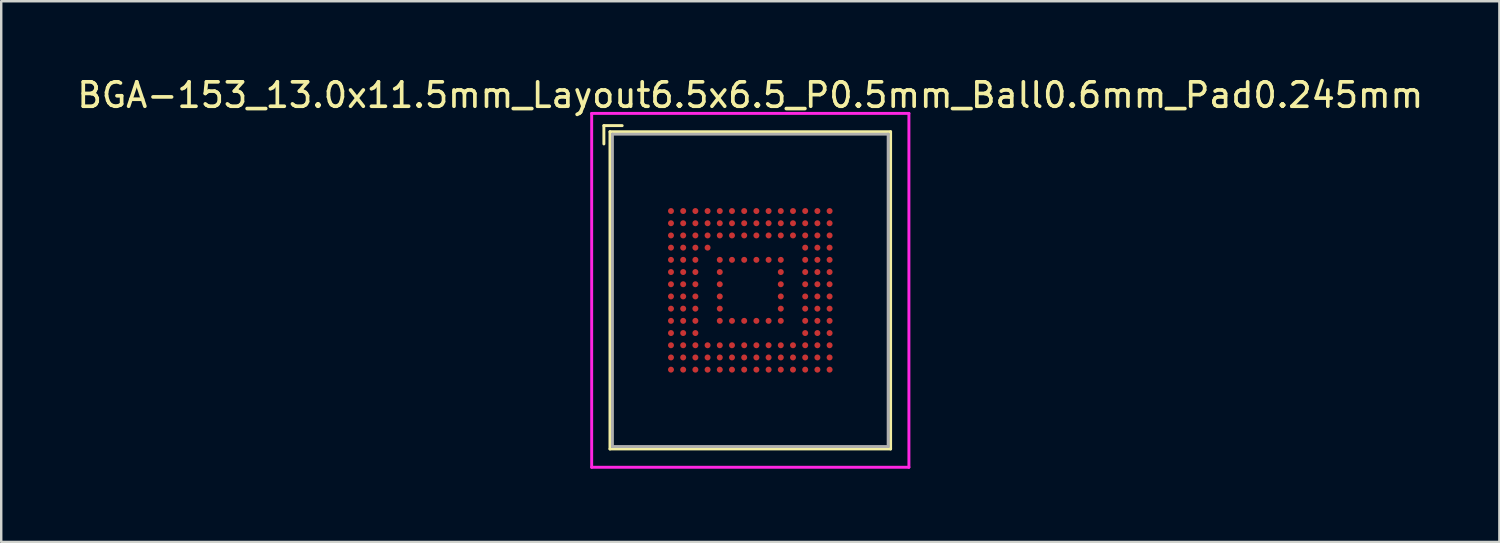
<source format=kicad_pcb>
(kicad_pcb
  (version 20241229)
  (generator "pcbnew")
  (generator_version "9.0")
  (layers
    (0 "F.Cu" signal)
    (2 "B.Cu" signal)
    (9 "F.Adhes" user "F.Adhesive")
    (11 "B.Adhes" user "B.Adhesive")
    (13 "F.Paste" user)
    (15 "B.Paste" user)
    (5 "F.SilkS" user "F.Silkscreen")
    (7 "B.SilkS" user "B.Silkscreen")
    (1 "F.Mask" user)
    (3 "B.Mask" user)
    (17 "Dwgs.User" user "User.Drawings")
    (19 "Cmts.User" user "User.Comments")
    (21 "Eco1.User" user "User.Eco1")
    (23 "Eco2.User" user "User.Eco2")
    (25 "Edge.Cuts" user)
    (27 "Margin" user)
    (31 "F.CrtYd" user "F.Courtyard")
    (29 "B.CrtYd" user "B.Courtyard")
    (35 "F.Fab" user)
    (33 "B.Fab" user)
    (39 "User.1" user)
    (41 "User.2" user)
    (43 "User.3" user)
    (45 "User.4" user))
  (footprint "BGA-153_13.0x11.5mm_Layout6.5x6.5_P0.5mm_Ball0.6mm_Pad0.245mm"
    (layer "F.Cu")
    (at 27.696 8.848)
    (property "Reference" "BGA-153_13.0x11.5mm_Layout6.5x6.5_P0.5mm_Ball0.6mm_Pad0.245mm" (at 0 -8 0) (layer "F.SilkS") (effects (font (size 1 1) (thickness 0.15))))
    (attr through_hole)
    (fp_line (start -6 -6.75) (end -5.25 -6.75) (stroke (width 0.12) (type solid)) (layer "F.SilkS"))
    (fp_line (start -6 -6) (end -6 -6.75) (stroke (width 0.12) (type solid)) (layer "F.SilkS"))
    (fp_line (start -5.75 -6.5) (end 5.75 -6.5) (stroke (width 0.12) (type solid)) (layer "F.SilkS"))
    (fp_line (start -5.75 6.5) (end -5.75 -6.5) (stroke (width 0.12) (type solid)) (layer "F.SilkS"))
    (fp_line (start 5.75 -6.5) (end 5.75 6.5) (stroke (width 0.12) (type solid)) (layer "F.SilkS"))
    (fp_line (start 5.75 6.5) (end -5.75 6.5) (stroke (width 0.12) (type solid)) (layer "F.SilkS"))
    (fp_line (start -6.5 -7.25) (end 6.5 -7.25) (stroke (width 0.12) (type solid)) (layer "F.CrtYd"))
    (fp_line (start -6.5 7.25) (end -6.5 -7.25) (stroke (width 0.12) (type solid)) (layer "F.CrtYd"))
    (fp_line (start 6.5 -7.25) (end 6.5 7.25) (stroke (width 0.12) (type solid)) (layer "F.CrtYd"))
    (fp_line (start 6.5 7.25) (end -6.5 7.25) (stroke (width 0.12) (type solid)) (layer "F.CrtYd"))
    (fp_line (start -5.65 -6.4) (end 5.65 -6.4) (stroke (width 0.12) (type solid)) (layer "F.Fab"))
    (fp_line (start -5.65 6.4) (end -5.65 -6.4) (stroke (width 0.12) (type solid)) (layer "F.Fab"))
    (fp_line (start 5.65 -6.4) (end 5.65 6.4) (stroke (width 0.12) (type solid)) (layer "F.Fab"))
    (fp_line (start 5.65 6.4) (end -5.65 6.4) (stroke (width 0.12) (type solid)) (layer "F.Fab"))
    (pad "A1" smd circle (at -3.25 -3.25) (size 0.245 0.245) (layers "F.Cu" "F.Mask" "F.Paste"))
    (pad "A2" smd circle (at -2.75 -3.25) (size 0.245 0.245) (layers "F.Cu" "F.Mask" "F.Paste"))
    (pad "A3" smd circle (at -2.25 -3.25) (size 0.245 0.245) (layers "F.Cu" "F.Mask" "F.Paste"))
    (pad "A4" smd circle (at -1.75 -3.25) (size 0.245 0.245) (layers "F.Cu" "F.Mask" "F.Paste"))
    (pad "A5" smd circle (at -1.25 -3.25) (size 0.245 0.245) (layers "F.Cu" "F.Mask" "F.Paste"))
    (pad "A6" smd circle (at -0.75 -3.25) (size 0.245 0.245) (layers "F.Cu" "F.Mask" "F.Paste"))
    (pad "A7" smd circle (at -0.25 -3.25) (size 0.245 0.245) (layers "F.Cu" "F.Mask" "F.Paste"))
    (pad "A8" smd circle (at 0.25 -3.25) (size 0.245 0.245) (layers "F.Cu" "F.Mask" "F.Paste"))
    (pad "A9" smd circle (at 0.75 -3.25) (size 0.245 0.245) (layers "F.Cu" "F.Mask" "F.Paste"))
    (pad "A10" smd circle (at 1.25 -3.25) (size 0.245 0.245) (layers "F.Cu" "F.Mask" "F.Paste"))
    (pad "A11" smd circle (at 1.75 -3.25) (size 0.245 0.245) (layers "F.Cu" "F.Mask" "F.Paste"))
    (pad "A12" smd circle (at 2.25 -3.25) (size 0.245 0.245) (layers "F.Cu" "F.Mask" "F.Paste"))
    (pad "A13" smd circle (at 2.75 -3.25) (size 0.245 0.245) (layers "F.Cu" "F.Mask" "F.Paste"))
    (pad "A14" smd circle (at 3.25 -3.25) (size 0.245 0.245) (layers "F.Cu" "F.Mask" "F.Paste"))
    (pad "B1" smd circle (at -3.25 -2.75) (size 0.245 0.245) (layers "F.Cu" "F.Mask" "F.Paste"))
    (pad "B2" smd circle (at -2.75 -2.75) (size 0.245 0.245) (layers "F.Cu" "F.Mask" "F.Paste"))
    (pad "B3" smd circle (at -2.25 -2.75) (size 0.245 0.245) (layers "F.Cu" "F.Mask" "F.Paste"))
    (pad "B4" smd circle (at -1.75 -2.75) (size 0.245 0.245) (layers "F.Cu" "F.Mask" "F.Paste"))
    (pad "B5" smd circle (at -1.25 -2.75) (size 0.245 0.245) (layers "F.Cu" "F.Mask" "F.Paste"))
    (pad "B6" smd circle (at -0.75 -2.75) (size 0.245 0.245) (layers "F.Cu" "F.Mask" "F.Paste"))
    (pad "B7" smd circle (at -0.25 -2.75) (size 0.245 0.245) (layers "F.Cu" "F.Mask" "F.Paste"))
    (pad "B8" smd circle (at 0.25 -2.75) (size 0.245 0.245) (layers "F.Cu" "F.Mask" "F.Paste"))
    (pad "B9" smd circle (at 0.75 -2.75) (size 0.245 0.245) (layers "F.Cu" "F.Mask" "F.Paste"))
    (pad "B10" smd circle (at 1.25 -2.75) (size 0.245 0.245) (layers "F.Cu" "F.Mask" "F.Paste"))
    (pad "B11" smd circle (at 1.75 -2.75) (size 0.245 0.245) (layers "F.Cu" "F.Mask" "F.Paste"))
    (pad "B12" smd circle (at 2.25 -2.75) (size 0.245 0.245) (layers "F.Cu" "F.Mask" "F.Paste"))
    (pad "B13" smd circle (at 2.75 -2.75) (size 0.245 0.245) (layers "F.Cu" "F.Mask" "F.Paste"))
    (pad "B14" smd circle (at 3.25 -2.75) (size 0.245 0.245) (layers "F.Cu" "F.Mask" "F.Paste"))
    (pad "C1" smd circle (at -3.25 -2.25) (size 0.245 0.245) (layers "F.Cu" "F.Mask" "F.Paste"))
    (pad "C2" smd circle (at -2.75 -2.25) (size 0.245 0.245) (layers "F.Cu" "F.Mask" "F.Paste"))
    (pad "C3" smd circle (at -2.25 -2.25) (size 0.245 0.245) (layers "F.Cu" "F.Mask" "F.Paste"))
    (pad "C4" smd circle (at -1.75 -2.25) (size 0.245 0.245) (layers "F.Cu" "F.Mask" "F.Paste"))
    (pad "C5" smd circle (at -1.25 -2.25) (size 0.245 0.245) (layers "F.Cu" "F.Mask" "F.Paste"))
    (pad "C6" smd circle (at -0.75 -2.25) (size 0.245 0.245) (layers "F.Cu" "F.Mask" "F.Paste"))
    (pad "C7" smd circle (at -0.25 -2.25) (size 0.245 0.245) (layers "F.Cu" "F.Mask" "F.Paste"))
    (pad "C8" smd circle (at 0.25 -2.25) (size 0.245 0.245) (layers "F.Cu" "F.Mask" "F.Paste"))
    (pad "C9" smd circle (at 0.75 -2.25) (size 0.245 0.245) (layers "F.Cu" "F.Mask" "F.Paste"))
    (pad "C10" smd circle (at 1.25 -2.25) (size 0.245 0.245) (layers "F.Cu" "F.Mask" "F.Paste"))
    (pad "C11" smd circle (at 1.75 -2.25) (size 0.245 0.245) (layers "F.Cu" "F.Mask" "F.Paste"))
    (pad "C12" smd circle (at 2.25 -2.25) (size 0.245 0.245) (layers "F.Cu" "F.Mask" "F.Paste"))
    (pad "C13" smd circle (at 2.75 -2.25) (size 0.245 0.245) (layers "F.Cu" "F.Mask" "F.Paste"))
    (pad "C14" smd circle (at 3.25 -2.25) (size 0.245 0.245) (layers "F.Cu" "F.Mask" "F.Paste"))
    (pad "D1" smd circle (at -3.25 -1.75) (size 0.245 0.245) (layers "F.Cu" "F.Mask" "F.Paste"))
    (pad "D2" smd circle (at -2.75 -1.75) (size 0.245 0.245) (layers "F.Cu" "F.Mask" "F.Paste"))
    (pad "D3" smd circle (at -2.25 -1.75) (size 0.245 0.245) (layers "F.Cu" "F.Mask" "F.Paste"))
    (pad "D4" smd circle (at -1.75 -1.75) (size 0.245 0.245) (layers "F.Cu" "F.Mask" "F.Paste"))
    (pad "D12" smd circle (at 2.25 -1.75) (size 0.245 0.245) (layers "F.Cu" "F.Mask" "F.Paste"))
    (pad "D13" smd circle (at 2.75 -1.75) (size 0.245 0.245) (layers "F.Cu" "F.Mask" "F.Paste"))
    (pad "D14" smd circle (at 3.25 -1.75) (size 0.245 0.245) (layers "F.Cu" "F.Mask" "F.Paste"))
    (pad "E1" smd circle (at -3.25 -1.25) (size 0.245 0.245) (layers "F.Cu" "F.Mask" "F.Paste"))
    (pad "E2" smd circle (at -2.75 -1.25) (size 0.245 0.245) (layers "F.Cu" "F.Mask" "F.Paste"))
    (pad "E3" smd circle (at -2.25 -1.25) (size 0.245 0.245) (layers "F.Cu" "F.Mask" "F.Paste"))
    (pad "E5" smd circle (at -1.25 -1.25) (size 0.245 0.245) (layers "F.Cu" "F.Mask" "F.Paste"))
    (pad "E6" smd circle (at -0.75 -1.25) (size 0.245 0.245) (layers "F.Cu" "F.Mask" "F.Paste"))
    (pad "E7" smd circle (at -0.25 -1.25) (size 0.245 0.245) (layers "F.Cu" "F.Mask" "F.Paste"))
    (pad "E8" smd circle (at 0.25 -1.25) (size 0.245 0.245) (layers "F.Cu" "F.Mask" "F.Paste"))
    (pad "E9" smd circle (at 0.75 -1.25) (size 0.245 0.245) (layers "F.Cu" "F.Mask" "F.Paste"))
    (pad "E10" smd circle (at 1.25 -1.25) (size 0.245 0.245) (layers "F.Cu" "F.Mask" "F.Paste"))
    (pad "E12" smd circle (at 2.25 -1.25) (size 0.245 0.245) (layers "F.Cu" "F.Mask" "F.Paste"))
    (pad "E13" smd circle (at 2.75 -1.25) (size 0.245 0.245) (layers "F.Cu" "F.Mask" "F.Paste"))
    (pad "E14" smd circle (at 3.25 -1.25) (size 0.245 0.245) (layers "F.Cu" "F.Mask" "F.Paste"))
    (pad "F1" smd circle (at -3.25 -0.75) (size 0.245 0.245) (layers "F.Cu" "F.Mask" "F.Paste"))
    (pad "F2" smd circle (at -2.75 -0.75) (size 0.245 0.245) (layers "F.Cu" "F.Mask" "F.Paste"))
    (pad "F3" smd circle (at -2.25 -0.75) (size 0.245 0.245) (layers "F.Cu" "F.Mask" "F.Paste"))
    (pad "F5" smd circle (at -1.25 -0.75) (size 0.245 0.245) (layers "F.Cu" "F.Mask" "F.Paste"))
    (pad "F10" smd circle (at 1.25 -0.75) (size 0.245 0.245) (layers "F.Cu" "F.Mask" "F.Paste"))
    (pad "F12" smd circle (at 2.25 -0.75) (size 0.245 0.245) (layers "F.Cu" "F.Mask" "F.Paste"))
    (pad "F13" smd circle (at 2.75 -0.75) (size 0.245 0.245) (layers "F.Cu" "F.Mask" "F.Paste"))
    (pad "F14" smd circle (at 3.25 -0.75) (size 0.245 0.245) (layers "F.Cu" "F.Mask" "F.Paste"))
    (pad "G1" smd circle (at -3.25 -0.25) (size 0.245 0.245) (layers "F.Cu" "F.Mask" "F.Paste"))
    (pad "G2" smd circle (at -2.75 -0.25) (size 0.245 0.245) (layers "F.Cu" "F.Mask" "F.Paste"))
    (pad "G3" smd circle (at -2.25 -0.25) (size 0.245 0.245) (layers "F.Cu" "F.Mask" "F.Paste"))
    (pad "G5" smd circle (at -1.25 -0.25) (size 0.245 0.245) (layers "F.Cu" "F.Mask" "F.Paste"))
    (pad "G10" smd circle (at 1.25 -0.25) (size 0.245 0.245) (layers "F.Cu" "F.Mask" "F.Paste"))
    (pad "G12" smd circle (at 2.25 -0.25) (size 0.245 0.245) (layers "F.Cu" "F.Mask" "F.Paste"))
    (pad "G13" smd circle (at 2.75 -0.25) (size 0.245 0.245) (layers "F.Cu" "F.Mask" "F.Paste"))
    (pad "G14" smd circle (at 3.25 -0.25) (size 0.245 0.245) (layers "F.Cu" "F.Mask" "F.Paste"))
    (pad "H1" smd circle (at -3.25 0.25) (size 0.245 0.245) (layers "F.Cu" "F.Mask" "F.Paste"))
    (pad "H2" smd circle (at -2.75 0.25) (size 0.245 0.245) (layers "F.Cu" "F.Mask" "F.Paste"))
    (pad "H3" smd circle (at -2.25 0.25) (size 0.245 0.245) (layers "F.Cu" "F.Mask" "F.Paste"))
    (pad "H5" smd circle (at -1.25 0.25) (size 0.245 0.245) (layers "F.Cu" "F.Mask" "F.Paste"))
    (pad "H10" smd circle (at 1.25 0.25) (size 0.245 0.245) (layers "F.Cu" "F.Mask" "F.Paste"))
    (pad "H12" smd circle (at 2.25 0.25) (size 0.245 0.245) (layers "F.Cu" "F.Mask" "F.Paste"))
    (pad "H13" smd circle (at 2.75 0.25 90) (size 0.245 0.245) (layers "F.Cu" "F.Mask" "F.Paste"))
    (pad "H14" smd circle (at 3.25 0.25) (size 0.245 0.245) (layers "F.Cu" "F.Mask" "F.Paste"))
    (pad "J1" smd circle (at -3.25 0.75) (size 0.245 0.245) (layers "F.Cu" "F.Mask" "F.Paste"))
    (pad "J2" smd circle (at -2.75 0.75) (size 0.245 0.245) (layers "F.Cu" "F.Mask" "F.Paste"))
    (pad "J3" smd circle (at -2.25 0.75) (size 0.245 0.245) (layers "F.Cu" "F.Mask" "F.Paste"))
    (pad "J5" smd circle (at -1.25 0.75) (size 0.245 0.245) (layers "F.Cu" "F.Mask" "F.Paste"))
    (pad "J10" smd circle (at 1.25 0.75) (size 0.245 0.245) (layers "F.Cu" "F.Mask" "F.Paste"))
    (pad "J12" smd circle (at 2.25 0.75) (size 0.245 0.245) (layers "F.Cu" "F.Mask" "F.Paste"))
    (pad "J13" smd circle (at 2.75 0.75) (size 0.245 0.245) (layers "F.Cu" "F.Mask" "F.Paste"))
    (pad "J14" smd circle (at 3.25 0.75) (size 0.245 0.245) (layers "F.Cu" "F.Mask" "F.Paste"))
    (pad "K1" smd circle (at -3.25 1.25) (size 0.245 0.245) (layers "F.Cu" "F.Mask" "F.Paste"))
    (pad "K2" smd circle (at -2.75 1.25) (size 0.245 0.245) (layers "F.Cu" "F.Mask" "F.Paste"))
    (pad "K3" smd circle (at -2.25 1.25) (size 0.245 0.245) (layers "F.Cu" "F.Mask" "F.Paste"))
    (pad "K5" smd circle (at -1.25 1.25) (size 0.245 0.245) (layers "F.Cu" "F.Mask" "F.Paste"))
    (pad "K6" smd circle (at -0.75 1.25) (size 0.245 0.245) (layers "F.Cu" "F.Mask" "F.Paste"))
    (pad "K7" smd circle (at -0.25 1.25) (size 0.245 0.245) (layers "F.Cu" "F.Mask" "F.Paste"))
    (pad "K8" smd circle (at 0.25 1.25) (size 0.245 0.245) (layers "F.Cu" "F.Mask" "F.Paste"))
    (pad "K9" smd circle (at 0.75 1.25) (size 0.245 0.245) (layers "F.Cu" "F.Mask" "F.Paste"))
    (pad "K10" smd circle (at 1.25 1.25) (size 0.245 0.245) (layers "F.Cu" "F.Mask" "F.Paste"))
    (pad "K12" smd circle (at 2.25 1.25) (size 0.245 0.245) (layers "F.Cu" "F.Mask" "F.Paste"))
    (pad "K13" smd circle (at 2.75 1.25) (size 0.245 0.245) (layers "F.Cu" "F.Mask" "F.Paste"))
    (pad "K14" smd circle (at 3.25 1.25) (size 0.245 0.245) (layers "F.Cu" "F.Mask" "F.Paste"))
    (pad "L1" smd circle (at -3.25 1.75) (size 0.245 0.245) (layers "F.Cu" "F.Mask" "F.Paste"))
    (pad "L2" smd circle (at -2.75 1.75) (size 0.245 0.245) (layers "F.Cu" "F.Mask" "F.Paste"))
    (pad "L3" smd circle (at -2.25 1.75) (size 0.245 0.245) (layers "F.Cu" "F.Mask" "F.Paste"))
    (pad "L12" smd circle (at 2.25 1.75) (size 0.245 0.245) (layers "F.Cu" "F.Mask" "F.Paste"))
    (pad "L13" smd circle (at 2.75 1.75) (size 0.245 0.245) (layers "F.Cu" "F.Mask" "F.Paste"))
    (pad "L14" smd circle (at 3.25 1.75) (size 0.245 0.245) (layers "F.Cu" "F.Mask" "F.Paste"))
    (pad "M1" smd circle (at -3.25 2.25) (size 0.245 0.245) (layers "F.Cu" "F.Mask" "F.Paste"))
    (pad "M2" smd circle (at -2.75 2.25) (size 0.245 0.245) (layers "F.Cu" "F.Mask" "F.Paste"))
    (pad "M3" smd circle (at -2.25 2.25) (size 0.245 0.245) (layers "F.Cu" "F.Mask" "F.Paste"))
    (pad "M4" smd circle (at -1.75 2.25) (size 0.245 0.245) (layers "F.Cu" "F.Mask" "F.Paste"))
    (pad "M5" smd circle (at -1.25 2.25) (size 0.245 0.245) (layers "F.Cu" "F.Mask" "F.Paste"))
    (pad "M6" smd circle (at -0.75 2.25) (size 0.245 0.245) (layers "F.Cu" "F.Mask" "F.Paste"))
    (pad "M7" smd circle (at -0.25 2.25) (size 0.245 0.245) (layers "F.Cu" "F.Mask" "F.Paste"))
    (pad "M8" smd circle (at 0.25 2.25) (size 0.245 0.245) (layers "F.Cu" "F.Mask" "F.Paste"))
    (pad "M9" smd circle (at 0.75 2.25) (size 0.245 0.245) (layers "F.Cu" "F.Mask" "F.Paste"))
    (pad "M10" smd circle (at 1.25 2.25) (size 0.245 0.245) (layers "F.Cu" "F.Mask" "F.Paste"))
    (pad "M11" smd circle (at 1.75 2.25) (size 0.245 0.245) (layers "F.Cu" "F.Mask" "F.Paste"))
    (pad "M12" smd circle (at 2.25 2.25) (size 0.245 0.245) (layers "F.Cu" "F.Mask" "F.Paste"))
    (pad "M13" smd circle (at 2.75 2.25) (size 0.245 0.245) (layers "F.Cu" "F.Mask" "F.Paste"))
    (pad "M14" smd circle (at 3.25 2.25) (size 0.245 0.245) (layers "F.Cu" "F.Mask" "F.Paste"))
    (pad "N1" smd circle (at -3.25 2.75) (size 0.245 0.245) (layers "F.Cu" "F.Mask" "F.Paste"))
    (pad "N2" smd circle (at -2.75 2.75) (size 0.245 0.245) (layers "F.Cu" "F.Mask" "F.Paste"))
    (pad "N3" smd circle (at -2.25 2.75) (size 0.245 0.245) (layers "F.Cu" "F.Mask" "F.Paste"))
    (pad "N4" smd circle (at -1.75 2.75) (size 0.245 0.245) (layers "F.Cu" "F.Mask" "F.Paste"))
    (pad "N5" smd circle (at -1.25 2.75) (size 0.245 0.245) (layers "F.Cu" "F.Mask" "F.Paste"))
    (pad "N6" smd circle (at -0.75 2.75) (size 0.245 0.245) (layers "F.Cu" "F.Mask" "F.Paste"))
    (pad "N7" smd circle (at -0.25 2.75) (size 0.245 0.245) (layers "F.Cu" "F.Mask" "F.Paste"))
    (pad "N8" smd circle (at 0.25 2.75) (size 0.245 0.245) (layers "F.Cu" "F.Mask" "F.Paste"))
    (pad "N9" smd circle (at 0.75 2.75) (size 0.245 0.245) (layers "F.Cu" "F.Mask" "F.Paste"))
    (pad "N10" smd circle (at 1.25 2.75) (size 0.245 0.245) (layers "F.Cu" "F.Mask" "F.Paste"))
    (pad "N11" smd circle (at 1.75 2.75) (size 0.245 0.245) (layers "F.Cu" "F.Mask" "F.Paste"))
    (pad "N12" smd circle (at 2.25 2.75) (size 0.245 0.245) (layers "F.Cu" "F.Mask" "F.Paste"))
    (pad "N13" smd circle (at 2.75 2.75) (size 0.245 0.245) (layers "F.Cu" "F.Mask" "F.Paste"))
    (pad "N14" smd circle (at 3.25 2.75) (size 0.245 0.245) (layers "F.Cu" "F.Mask" "F.Paste"))
    (pad "P1" smd circle (at -3.25 3.25) (size 0.245 0.245) (layers "F.Cu" "F.Mask" "F.Paste"))
    (pad "P2" smd circle (at -2.75 3.25) (size 0.245 0.245) (layers "F.Cu" "F.Mask" "F.Paste"))
    (pad "P3" smd circle (at -2.25 3.25) (size 0.245 0.245) (layers "F.Cu" "F.Mask" "F.Paste"))
    (pad "P4" smd circle (at -1.75 3.25) (size 0.245 0.245) (layers "F.Cu" "F.Mask" "F.Paste"))
    (pad "P5" smd circle (at -1.25 3.25) (size 0.245 0.245) (layers "F.Cu" "F.Mask" "F.Paste"))
    (pad "P6" smd circle (at -0.75 3.25) (size 0.245 0.245) (layers "F.Cu" "F.Mask" "F.Paste"))
    (pad "P7" smd circle (at -0.25 3.25) (size 0.245 0.245) (layers "F.Cu" "F.Mask" "F.Paste"))
    (pad "P8" smd circle (at 0.25 3.25) (size 0.245 0.245) (layers "F.Cu" "F.Mask" "F.Paste"))
    (pad "P9" smd circle (at 0.75 3.25) (size 0.245 0.245) (layers "F.Cu" "F.Mask" "F.Paste"))
    (pad "P10" smd circle (at 1.25 3.25) (size 0.245 0.245) (layers "F.Cu" "F.Mask" "F.Paste"))
    (pad "P11" smd circle (at 1.75 3.25) (size 0.245 0.245) (layers "F.Cu" "F.Mask" "F.Paste"))
    (pad "P12" smd circle (at 2.25 3.25) (size 0.245 0.245) (layers "F.Cu" "F.Mask" "F.Paste"))
    (pad "P13" smd circle (at 2.75 3.25) (size 0.245 0.245) (layers "F.Cu" "F.Mask" "F.Paste"))
    (pad "P14" smd circle (at 3.25 3.25) (size 0.245 0.245) (layers "F.Cu" "F.Mask" "F.Paste")))
  (gr_rect
    (start -3 -3)
    (end 58.393 19.158)
    (stroke (width 0.1) (type default))
    (fill no)
    (layer "Edge.Cuts")))
</source>
